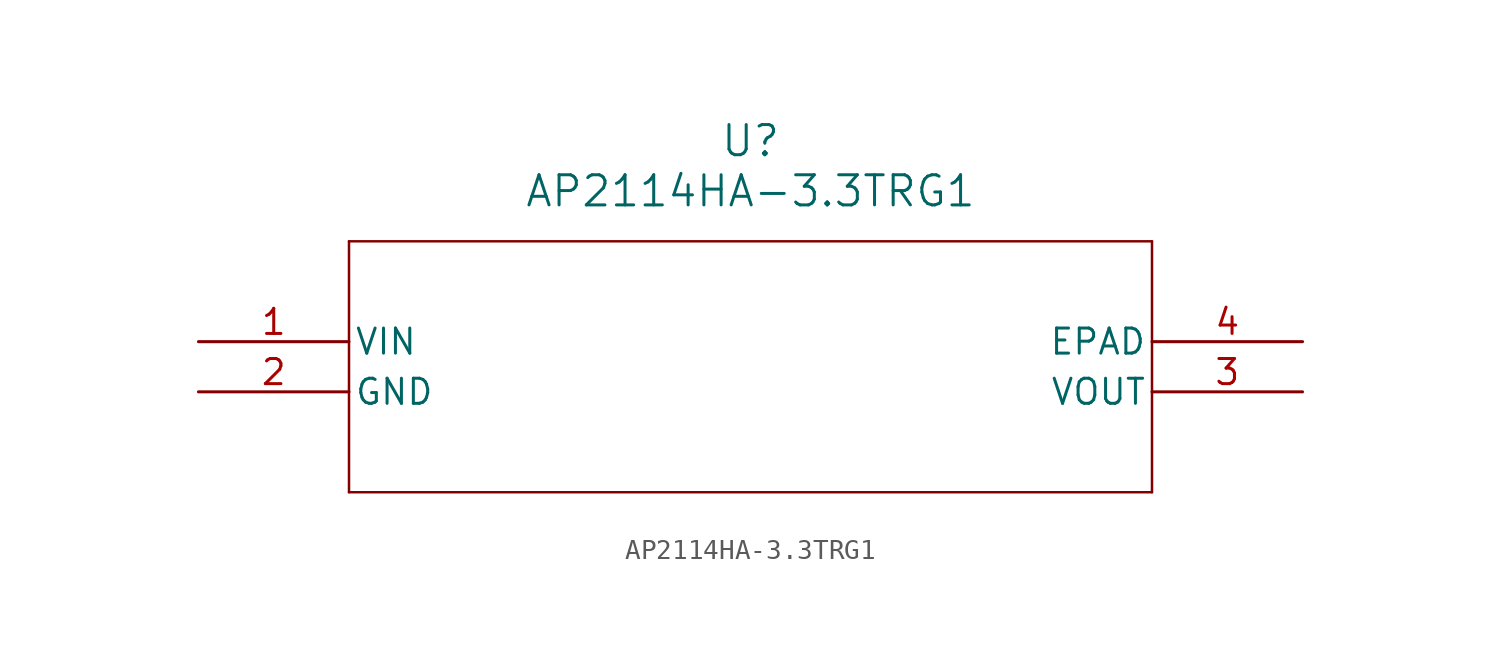
<source format=kicad_sym>
(kicad_symbol_lib
  (version 20211014)
  (generator kicad_symbol_editor)
  (symbol "AP2114HA-3.3TRG1"
    (pin_names
      (offset 0.254))
    (property "Reference" "U"
      (at 27.94 10.16 0)
      (effects (font (size 1.524 1.524))))
    (property "Value" "AP2114HA-3.3TRG1"
      (at 27.94 7.62 0)
      (effects (font (size 1.524 1.524))))
    (symbol "AP2114HA-3.3TRG1_0_1"
      (polyline (pts (xy 7.62 5.08) (xy 7.62 -7.62)) (stroke (width 0.127) (type default) (color 0 0 0 0)) (fill (type none)))
      (polyline (pts (xy 7.62 -7.62) (xy 48.26 -7.62)) (stroke (width 0.127) (type default) (color 0 0 0 0)) (fill (type none)))
      (polyline (pts (xy 48.26 -7.62) (xy 48.26 5.08)) (stroke (width 0.127) (type default) (color 0 0 0 0)) (fill (type none)))
      (polyline (pts (xy 48.26 5.08) (xy 7.62 5.08)) (stroke (width 0.127) (type default) (color 0 0 0 0)) (fill (type none)))
      (pin input line (at 0 0 0) (length 7.62) (name "VIN" (effects (font (size 1.27 1.27)))) (number "1" (effects (font (size 1.27 1.27)))))
      (pin power_in line (at 0 -2.54 0) (length 7.62) (name "GND" (effects (font (size 1.27 1.27)))) (number "2" (effects (font (size 1.27 1.27)))))
      (pin output line (at 55.88 -2.54 180) (length 7.62) (name "VOUT" (effects (font (size 1.27 1.27)))) (number "3" (effects (font (size 1.27 1.27)))))
      (pin unspecified line (at 55.88 0 180) (length 7.62) (name "EPAD" (effects (font (size 1.27 1.27)))) (number "4" (effects (font (size 1.27 1.27))))))))
</source>
